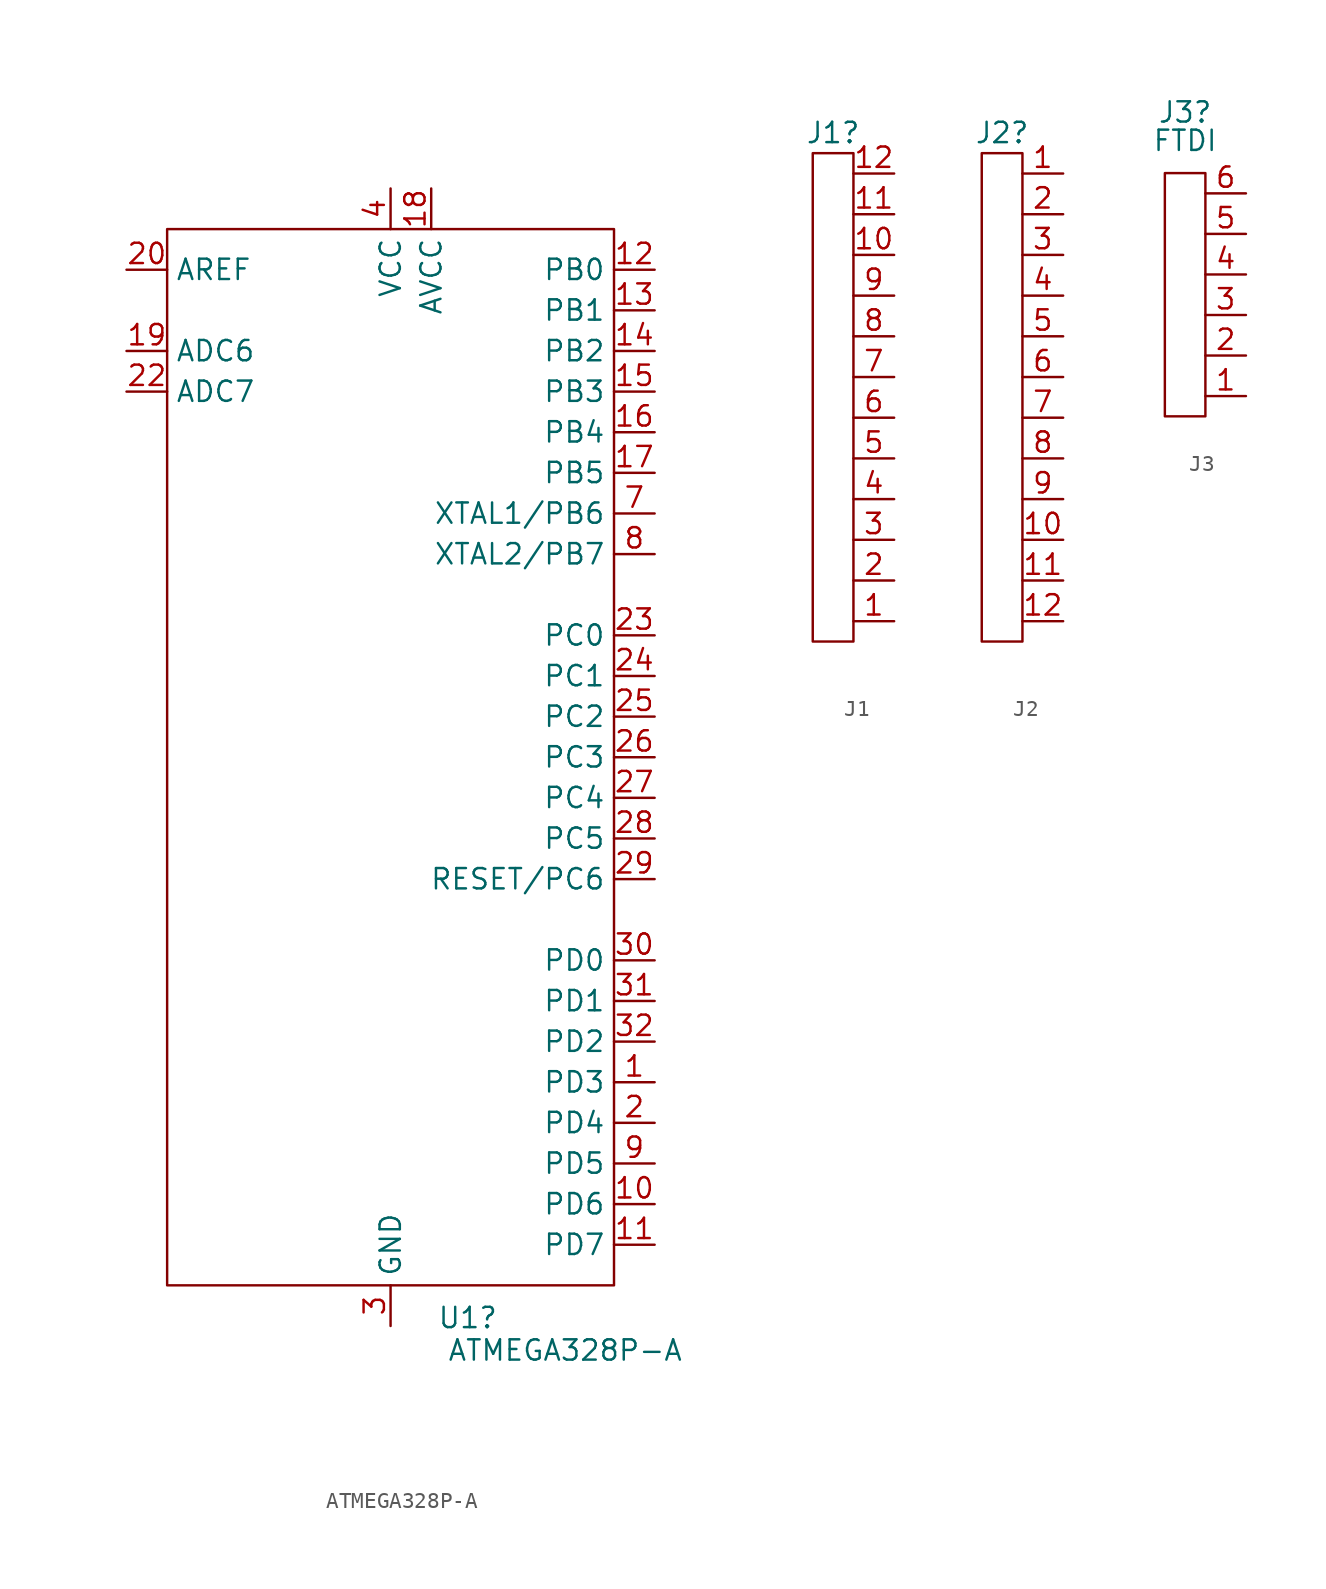
<source format=kicad_sym>
(kicad_symbol_lib
  (version 20241209)
  (generator "kicad_symbol_editor")
  (generator_version "9.0")
  (symbol "ATMEGA328P-A"
    (property "Reference" "U1"
      (at 4.826 -2.032 0)
      (effects (font (size 1.27 1.27))))
    (property "Value" "ATMEGA328P-A"
      (at 10.922 -4.064 0)
      (effects (font (size 1.27 1.27))))
    (symbol "ATMEGA328P-A_0_1"
      (rectangle (start -13.97 66.04) (end 13.97 0) (stroke (width 0) (type default)) (fill (type none))))
    (symbol "ATMEGA328P-A_1_1"
      (pin power_in line (at -16.51 63.5 0) (length 2.54) (name "AREF" (effects (font (size 1.27 1.27)))) (number "20" (effects (font (size 1.27 1.27)))))
      (pin bidirectional line (at -16.51 58.42 0) (length 2.54) (name "ADC6" (effects (font (size 1.27 1.27)))) (number "19" (effects (font (size 1.27 1.27)))))
      (pin bidirectional line (at -16.51 55.88 0) (length 2.54) (name "ADC7" (effects (font (size 1.27 1.27)))) (number "22" (effects (font (size 1.27 1.27)))))
      (pin power_in line (at 0 68.58 270) (length 2.54) (name "VCC" (effects (font (size 1.27 1.27)))) (number "4" (effects (font (size 1.27 1.27)))))
      (pin power_in line (at 0 -2.54 90) (length 2.54) (name "GND" (effects (font (size 1.27 1.27)))) (number "3" (effects (font (size 1.27 1.27)))))
      (pin power_in line (at 2.54 68.58 270) (length 2.54) (name "AVCC" (effects (font (size 1.27 1.27)))) (number "18" (effects (font (size 1.27 1.27)))))
      (pin bidirectional line (at 16.51 63.5 180) (length 2.54) (name "PB0" (effects (font (size 1.27 1.27)))) (number "12" (effects (font (size 1.27 1.27)))))
      (pin bidirectional line (at 16.51 60.96 180) (length 2.54) (name "PB1" (effects (font (size 1.27 1.27)))) (number "13" (effects (font (size 1.27 1.27)))))
      (pin bidirectional line (at 16.51 58.42 180) (length 2.54) (name "PB2" (effects (font (size 1.27 1.27)))) (number "14" (effects (font (size 1.27 1.27)))))
      (pin bidirectional line (at 16.51 55.88 180) (length 2.54) (name "PB3" (effects (font (size 1.27 1.27)))) (number "15" (effects (font (size 1.27 1.27)))))
      (pin bidirectional line (at 16.51 53.34 180) (length 2.54) (name "PB4" (effects (font (size 1.27 1.27)))) (number "16" (effects (font (size 1.27 1.27)))))
      (pin bidirectional line (at 16.51 50.8 180) (length 2.54) (name "PB5" (effects (font (size 1.27 1.27)))) (number "17" (effects (font (size 1.27 1.27)))))
      (pin input line (at 16.51 48.26 180) (length 2.54) (name "XTAL1/PB6" (effects (font (size 1.27 1.27)))) (number "7" (effects (font (size 1.27 1.27)))))
      (pin output line (at 16.51 45.72 180) (length 2.54) (name "XTAL2/PB7" (effects (font (size 1.27 1.27)))) (number "8" (effects (font (size 1.27 1.27)))))
      (pin bidirectional line (at 16.51 40.64 180) (length 2.54) (name "PC0" (effects (font (size 1.27 1.27)))) (number "23" (effects (font (size 1.27 1.27)))))
      (pin bidirectional line (at 16.51 38.1 180) (length 2.54) (name "PC1" (effects (font (size 1.27 1.27)))) (number "24" (effects (font (size 1.27 1.27)))))
      (pin bidirectional line (at 16.51 35.56 180) (length 2.54) (name "PC2" (effects (font (size 1.27 1.27)))) (number "25" (effects (font (size 1.27 1.27)))))
      (pin bidirectional line (at 16.51 33.02 180) (length 2.54) (name "PC3" (effects (font (size 1.27 1.27)))) (number "26" (effects (font (size 1.27 1.27)))))
      (pin bidirectional line (at 16.51 30.48 180) (length 2.54) (name "PC4" (effects (font (size 1.27 1.27)))) (number "27" (effects (font (size 1.27 1.27)))))
      (pin bidirectional line (at 16.51 27.94 180) (length 2.54) (name "PC5" (effects (font (size 1.27 1.27)))) (number "28" (effects (font (size 1.27 1.27)))))
      (pin input line (at 16.51 25.4 180) (length 2.54) (name "RESET/PC6" (effects (font (size 1.27 1.27)))) (number "29" (effects (font (size 1.27 1.27)))))
      (pin input line (at 16.51 20.32 180) (length 2.54) (name "PD0" (effects (font (size 1.27 1.27)))) (number "30" (effects (font (size 1.27 1.27)))))
      (pin output line (at 16.51 17.78 180) (length 2.54) (name "PD1" (effects (font (size 1.27 1.27)))) (number "31" (effects (font (size 1.27 1.27)))))
      (pin bidirectional line (at 16.51 15.24 180) (length 2.54) (name "PD2" (effects (font (size 1.27 1.27)))) (number "32" (effects (font (size 1.27 1.27)))))
      (pin bidirectional line (at 16.51 12.7 180) (length 2.54) (name "PD3" (effects (font (size 1.27 1.27)))) (number "1" (effects (font (size 1.27 1.27)))))
      (pin bidirectional line (at 16.51 10.16 180) (length 2.54) (name "PD4" (effects (font (size 1.27 1.27)))) (number "2" (effects (font (size 1.27 1.27)))))
      (pin bidirectional line (at 16.51 7.62 180) (length 2.54) (name "PD5" (effects (font (size 1.27 1.27)))) (number "9" (effects (font (size 1.27 1.27)))))
      (pin bidirectional line (at 16.51 5.08 180) (length 2.54) (name "PD6" (effects (font (size 1.27 1.27)))) (number "10" (effects (font (size 1.27 1.27)))))
      (pin bidirectional line (at 16.51 2.54 180) (length 2.54) (name "PD7" (effects (font (size 1.27 1.27)))) (number "11" (effects (font (size 1.27 1.27)))) (alternate "test" bidirectional line))))
  (symbol "J1"
    (property "Reference" "J1"
      (at 0 0 0)
      (effects (font (size 1.27 1.27))))
    (property "Value" ""
      (at 0 0 0)
      (effects (font (size 1.27 1.27))))
    (symbol "J1_0_1"
      (rectangle (start -1.27 -1.27) (end 1.27 -31.75) (stroke (width 0) (type default)) (fill (type none))))
    (symbol "J1_1_1"
      (pin output line (at 3.81 -2.54 180) (length 2.54) (name "" (effects (font (size 1.27 1.27)))) (number "12" (effects (font (size 1.27 1.27)))))
      (pin input line (at 3.81 -5.08 180) (length 2.54) (name "" (effects (font (size 1.27 1.27)))) (number "11" (effects (font (size 1.27 1.27)))))
      (pin input line (at 3.81 -7.62 180) (length 2.54) (name "" (effects (font (size 1.27 1.27)))) (number "10" (effects (font (size 1.27 1.27)))))
      (pin power_in line (at 3.81 -10.16 180) (length 2.54) (name "" (effects (font (size 1.27 1.27)))) (number "9" (effects (font (size 1.27 1.27)))))
      (pin bidirectional line (at 3.81 -12.7 180) (length 2.54) (name "" (effects (font (size 1.27 1.27)))) (number "8" (effects (font (size 1.27 1.27)))))
      (pin bidirectional line (at 3.81 -15.24 180) (length 2.54) (name "" (effects (font (size 1.27 1.27)))) (number "7" (effects (font (size 1.27 1.27)))))
      (pin bidirectional line (at 3.81 -17.78 180) (length 2.54) (name "" (effects (font (size 1.27 1.27)))) (number "6" (effects (font (size 1.27 1.27)))))
      (pin bidirectional line (at 3.81 -20.32 180) (length 2.54) (name "" (effects (font (size 1.27 1.27)))) (number "5" (effects (font (size 1.27 1.27)))))
      (pin bidirectional line (at 3.81 -22.86 180) (length 2.54) (name "" (effects (font (size 1.27 1.27)))) (number "4" (effects (font (size 1.27 1.27)))))
      (pin bidirectional line (at 3.81 -25.4 180) (length 2.54) (name "" (effects (font (size 1.27 1.27)))) (number "3" (effects (font (size 1.27 1.27)))))
      (pin bidirectional line (at 3.81 -27.94 180) (length 2.54) (name "" (effects (font (size 1.27 1.27)))) (number "2" (effects (font (size 1.27 1.27)))))
      (pin bidirectional line (at 3.81 -30.48 180) (length 2.54) (name "" (effects (font (size 1.27 1.27)))) (number "1" (effects (font (size 1.27 1.27)))))))
  (symbol "J2"
    (property "Reference" "J2"
      (at 0 0 0)
      (effects (font (size 1.27 1.27))))
    (property "Value" ""
      (at 0 0 0)
      (effects (font (size 1.27 1.27))))
    (symbol "J2_0_1"
      (rectangle (start -1.27 -1.27) (end 1.27 -31.75) (stroke (width 0) (type default)) (fill (type none))))
    (symbol "J2_1_1"
      (pin power_in line (at 3.81 -2.54 180) (length 2.54) (name "" (effects (font (size 1.27 1.27)))) (number "1" (effects (font (size 1.27 1.27)))))
      (pin power_in line (at 3.81 -5.08 180) (length 2.54) (name "" (effects (font (size 1.27 1.27)))) (number "2" (effects (font (size 1.27 1.27)))))
      (pin input line (at 3.81 -7.62 180) (length 2.54) (name "" (effects (font (size 1.27 1.27)))) (number "3" (effects (font (size 1.27 1.27)))))
      (pin power_in line (at 3.81 -10.16 180) (length 2.54) (name "" (effects (font (size 1.27 1.27)))) (number "4" (effects (font (size 1.27 1.27)))))
      (pin bidirectional line (at 3.81 -12.7 180) (length 2.54) (name "" (effects (font (size 1.27 1.27)))) (number "5" (effects (font (size 1.27 1.27)))))
      (pin bidirectional line (at 3.81 -15.24 180) (length 2.54) (name "" (effects (font (size 1.27 1.27)))) (number "6" (effects (font (size 1.27 1.27)))))
      (pin bidirectional line (at 3.81 -17.78 180) (length 2.54) (name "" (effects (font (size 1.27 1.27)))) (number "7" (effects (font (size 1.27 1.27)))))
      (pin bidirectional line (at 3.81 -20.32 180) (length 2.54) (name "" (effects (font (size 1.27 1.27)))) (number "8" (effects (font (size 1.27 1.27)))))
      (pin input line (at 3.81 -22.86 180) (length 2.54) (name "" (effects (font (size 1.27 1.27)))) (number "9" (effects (font (size 1.27 1.27)))))
      (pin output line (at 3.81 -25.4 180) (length 2.54) (name "" (effects (font (size 1.27 1.27)))) (number "10" (effects (font (size 1.27 1.27)))))
      (pin input line (at 3.81 -27.94 180) (length 2.54) (name "" (effects (font (size 1.27 1.27)))) (number "11" (effects (font (size 1.27 1.27)))))
      (pin bidirectional line (at 3.81 -30.48 180) (length 2.54) (name "" (effects (font (size 1.27 1.27)))) (number "12" (effects (font (size 1.27 1.27)))))))
  (symbol "J3"
    (property "Reference" "J3"
      (at 0 0 0)
      (effects (font (size 1.27 1.27))))
    (property "Value" "FTDI"
      (at 0 -1.778 0)
      (effects (font (size 1.27 1.27))))
    (symbol "J3_0_1"
      (rectangle (start -1.27 -3.81) (end 1.27 -19.05) (stroke (width 0) (type default)) (fill (type none))))
    (symbol "J3_1_1"
      (pin input line (at 3.81 -5.08 180) (length 2.54) (name "" (effects (font (size 1.27 1.27)))) (number "6" (effects (font (size 1.27 1.27)))))
      (pin power_in line (at 3.81 -7.62 180) (length 2.54) (name "" (effects (font (size 1.27 1.27)))) (number "5" (effects (font (size 1.27 1.27)))))
      (pin power_in line (at 3.81 -10.16 180) (length 2.54) (name "" (effects (font (size 1.27 1.27)))) (number "4" (effects (font (size 1.27 1.27)))))
      (pin input line (at 3.81 -12.7 180) (length 2.54) (name "" (effects (font (size 1.27 1.27)))) (number "3" (effects (font (size 1.27 1.27)))))
      (pin output line (at 3.81 -15.24 180) (length 2.54) (name "" (effects (font (size 1.27 1.27)))) (number "2" (effects (font (size 1.27 1.27)))))
      (pin bidirectional line (at 3.81 -17.78 180) (length 2.54) (name "" (effects (font (size 1.27 1.27)))) (number "1" (effects (font (size 1.27 1.27))))))))
</source>
